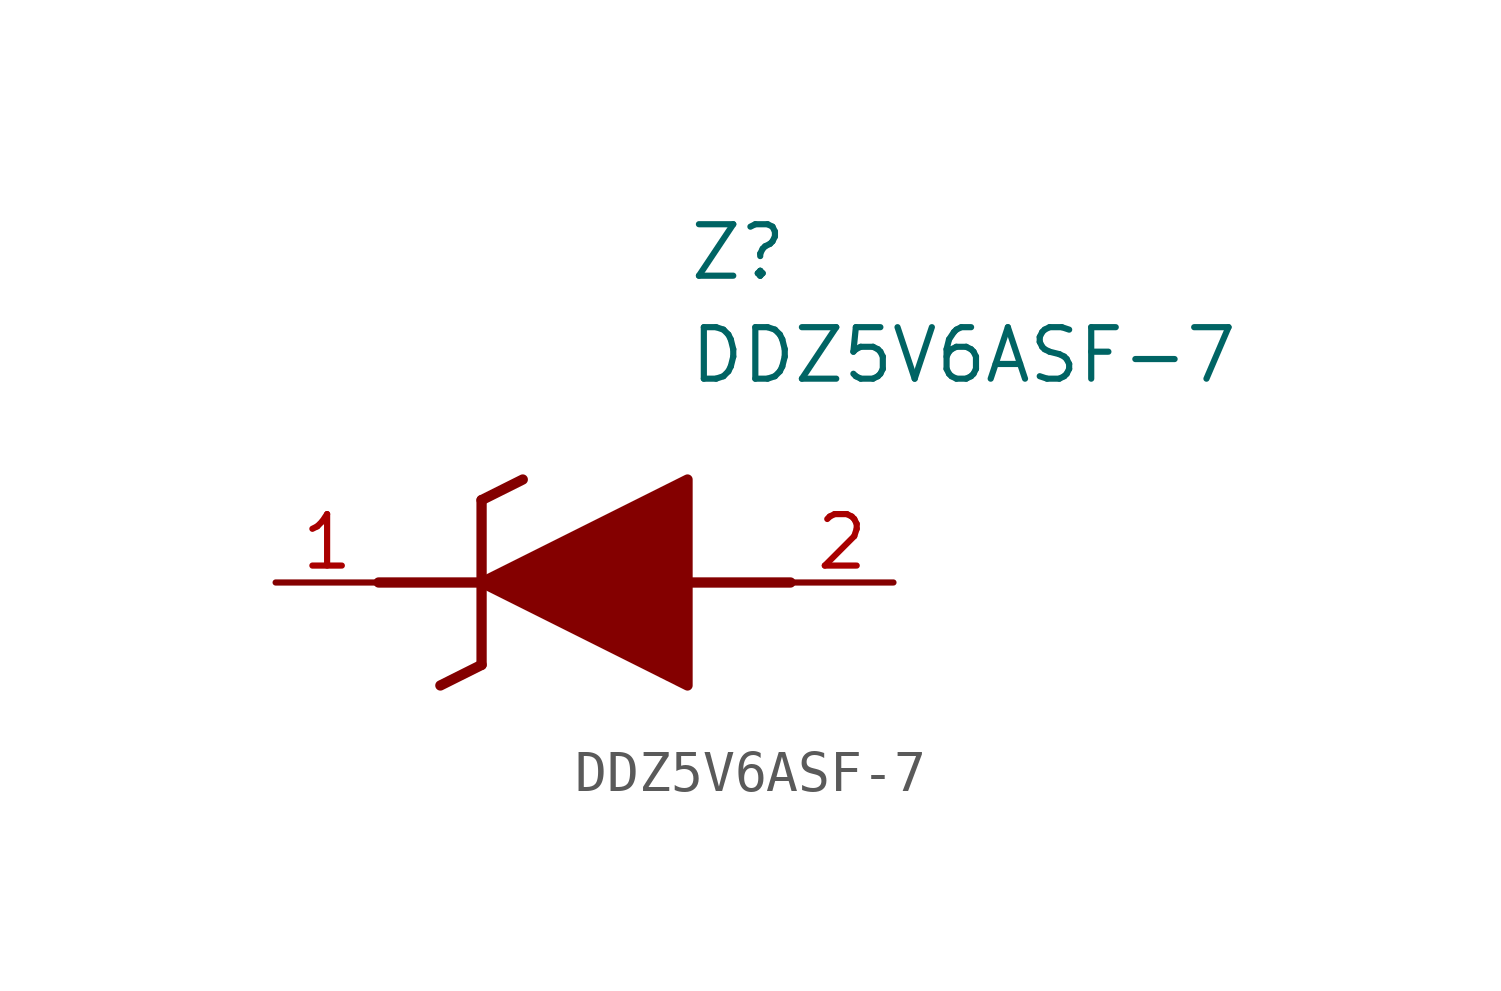
<source format=kicad_sym>
(kicad_symbol_lib
  (version 20211014)
  (generator SamacSys_ECAD_Model)
  (symbol "DDZ5V6ASF-7"
    (pin_names hide)
    (property "Reference" "Z"
      (at 10.16 8.89 0)
      (effects (font (size 1.27 1.27)) (justify left top)))
    (property "Value" "DDZ5V6ASF-7"
      (at 10.16 6.35 0)
      (effects (font (size 1.27 1.27)) (justify left top)))
    (polyline
      (pts (xy 5.08 2.032) (xy 5.08 -2.032))
      (stroke (width 0.254) (type default))
      (fill (type none)))
    (polyline
      (pts (xy 5.08 2.032) (xy 6.096 2.54))
      (stroke (width 0.254) (type default))
      (fill (type none)))
    (polyline
      (pts (xy 4.064 -2.54) (xy 5.08 -2.032))
      (stroke (width 0.254) (type default))
      (fill (type none)))
    (polyline
      (pts (xy 2.54 0) (xy 5.08 0))
      (stroke (width 0.254) (type default))
      (fill (type none)))
    (polyline
      (pts (xy 12.7 0) (xy 10.16 0))
      (stroke (width 0.254) (type default))
      (fill (type none)))
    (polyline
      (pts (xy 5.08 0) (xy 10.16 2.54) (xy 10.16 -2.54) (xy 5.08 0))
      (stroke (width 0.254) (type default))
      (fill (type outline)))
    (pin passive line
      (at 0 0 0)
      (length 2.54)
      (name "K" (effects (font (size 1.27 1.27))))
      (number "1" (effects (font (size 1.27 1.27)))))
    (pin passive line
      (at 15.24 0 180)
      (length 2.54)
      (name "A" (effects (font (size 1.27 1.27))))
      (number "2" (effects (font (size 1.27 1.27)))))))
</source>
